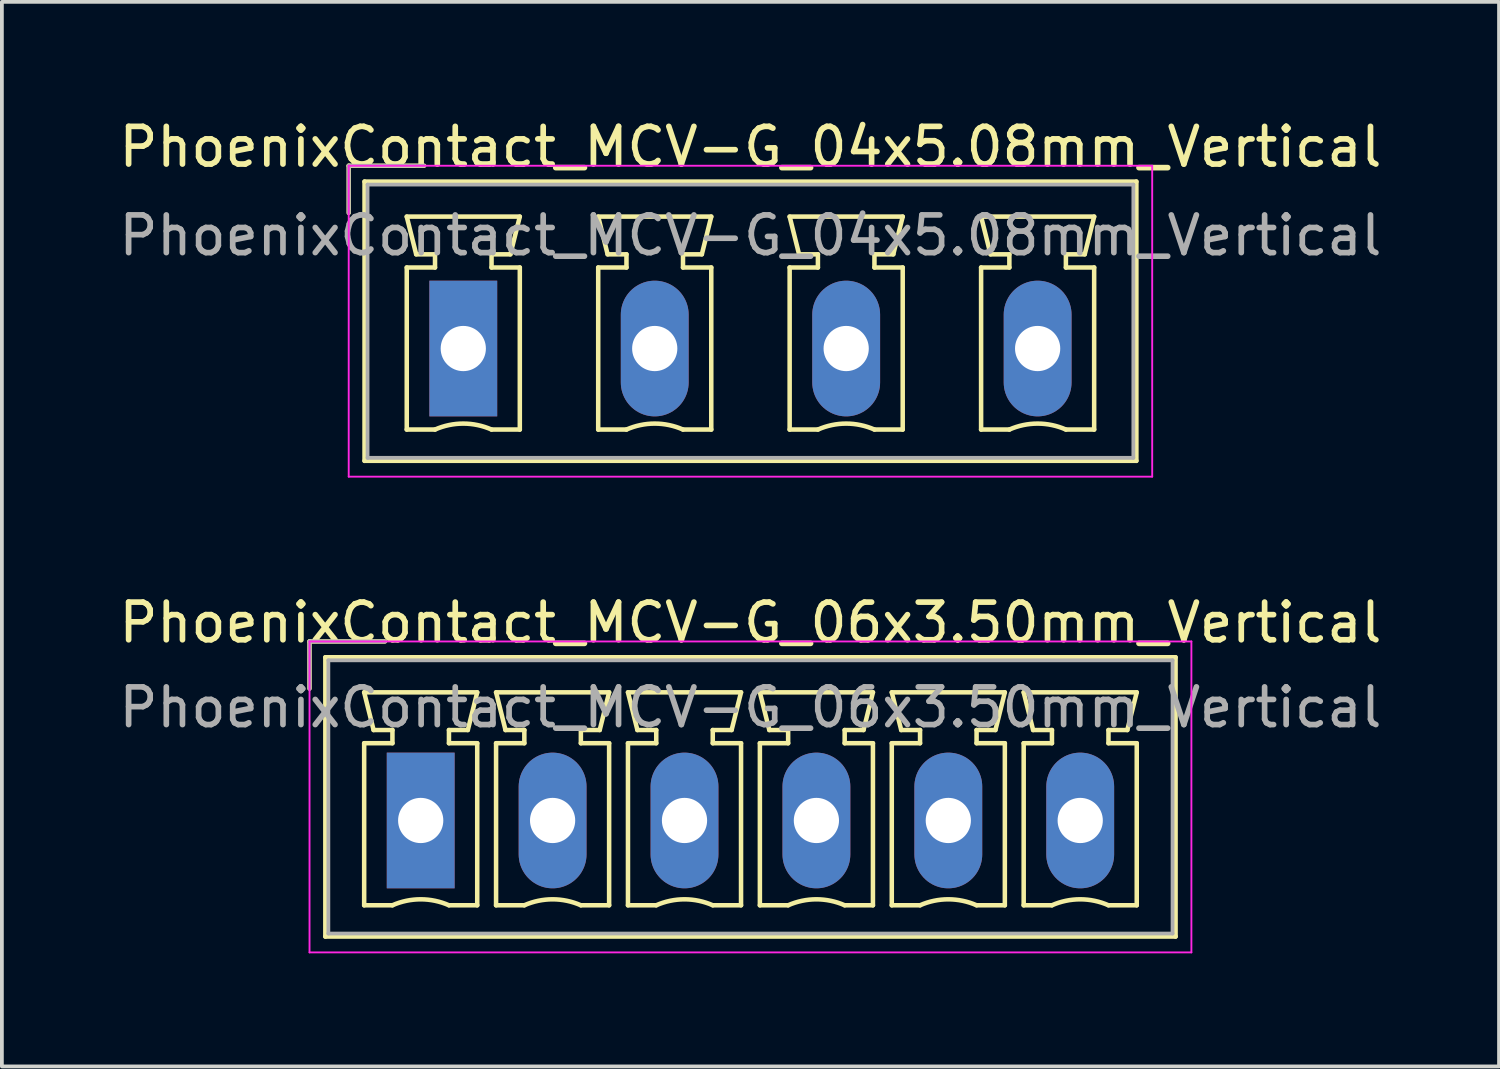
<source format=kicad_pcb>
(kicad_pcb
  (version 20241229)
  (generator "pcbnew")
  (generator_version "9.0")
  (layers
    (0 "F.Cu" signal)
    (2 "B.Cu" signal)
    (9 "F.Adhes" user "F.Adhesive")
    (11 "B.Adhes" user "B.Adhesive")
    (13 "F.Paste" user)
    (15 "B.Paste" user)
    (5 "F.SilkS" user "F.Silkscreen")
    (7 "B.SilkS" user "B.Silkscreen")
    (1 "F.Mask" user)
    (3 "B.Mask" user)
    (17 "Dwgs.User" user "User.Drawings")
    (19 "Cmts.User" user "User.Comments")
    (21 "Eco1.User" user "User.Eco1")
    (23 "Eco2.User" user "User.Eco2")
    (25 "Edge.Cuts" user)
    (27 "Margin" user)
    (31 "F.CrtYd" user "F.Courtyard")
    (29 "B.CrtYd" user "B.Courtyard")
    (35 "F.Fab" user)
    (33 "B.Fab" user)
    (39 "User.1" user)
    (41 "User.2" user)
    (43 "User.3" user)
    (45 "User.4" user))
  (footprint "PhoenixContact_MCV-G_04x5.08mm_Vertical"
    (layer "F.Cu")
    (at 9.243 6.198)
    (property "Reference" "PhoenixContact_MCV-G_04x5.08mm_Vertical" (at 7.62 -5.35 0) (layer "F.SilkS") (effects (font (size 1 1) (thickness 0.15))))
    (attr through_hole)
    (fp_line (start -3.04 -4.85) (end -1.04 -4.85) (stroke (width 0.12) (type solid)) (layer "F.SilkS"))
    (fp_line (start -3.04 -3.6) (end -3.04 -4.85) (stroke (width 0.12) (type solid)) (layer "F.SilkS"))
    (fp_line (start -2.62 -4.43) (end -2.62 2.98) (stroke (width 0.12) (type solid)) (layer "F.SilkS"))
    (fp_line (start -2.62 2.98) (end 17.86 2.98) (stroke (width 0.12) (type solid)) (layer "F.SilkS"))
    (fp_line (start -1.5 -3.5) (end 1.5 -3.5) (stroke (width 0.12) (type solid)) (layer "F.SilkS"))
    (fp_line (start -1.5 -2.15) (end -0.75 -2.15) (stroke (width 0.12) (type solid)) (layer "F.SilkS"))
    (fp_line (start -1.5 2.15) (end -1.5 -2.15) (stroke (width 0.12) (type solid)) (layer "F.SilkS"))
    (fp_line (start -1.25 -2.5) (end -1.5 -3.5) (stroke (width 0.12) (type solid)) (layer "F.SilkS"))
    (fp_line (start -0.75 -2.5) (end -1.25 -2.5) (stroke (width 0.12) (type solid)) (layer "F.SilkS"))
    (fp_line (start -0.75 -2.15) (end -0.75 -2.5) (stroke (width 0.12) (type solid)) (layer "F.SilkS"))
    (fp_line (start -0.75 2.15) (end -1.5 2.15) (stroke (width 0.12) (type solid)) (layer "F.SilkS"))
    (fp_line (start 0.75 -2.5) (end 0.75 -2.15) (stroke (width 0.12) (type solid)) (layer "F.SilkS"))
    (fp_line (start 0.75 -2.15) (end 1.5 -2.15) (stroke (width 0.12) (type solid)) (layer "F.SilkS"))
    (fp_line (start 1.25 -2.5) (end 0.75 -2.5) (stroke (width 0.12) (type solid)) (layer "F.SilkS"))
    (fp_line (start 1.5 -3.5) (end 1.25 -2.5) (stroke (width 0.12) (type solid)) (layer "F.SilkS"))
    (fp_line (start 1.5 -2.15) (end 1.5 2.15) (stroke (width 0.12) (type solid)) (layer "F.SilkS"))
    (fp_line (start 1.5 2.15) (end 0.75 2.15) (stroke (width 0.12) (type solid)) (layer "F.SilkS"))
    (fp_line (start 3.58 -3.5) (end 6.58 -3.5) (stroke (width 0.12) (type solid)) (layer "F.SilkS"))
    (fp_line (start 3.58 -2.15) (end 4.33 -2.15) (stroke (width 0.12) (type solid)) (layer "F.SilkS"))
    (fp_line (start 3.58 2.15) (end 3.58 -2.15) (stroke (width 0.12) (type solid)) (layer "F.SilkS"))
    (fp_line (start 3.83 -2.5) (end 3.58 -3.5) (stroke (width 0.12) (type solid)) (layer "F.SilkS"))
    (fp_line (start 4.33 -2.5) (end 3.83 -2.5) (stroke (width 0.12) (type solid)) (layer "F.SilkS"))
    (fp_line (start 4.33 -2.15) (end 4.33 -2.5) (stroke (width 0.12) (type solid)) (layer "F.SilkS"))
    (fp_line (start 4.33 2.15) (end 3.58 2.15) (stroke (width 0.12) (type solid)) (layer "F.SilkS"))
    (fp_line (start 5.83 -2.5) (end 5.83 -2.15) (stroke (width 0.12) (type solid)) (layer "F.SilkS"))
    (fp_line (start 5.83 -2.15) (end 6.58 -2.15) (stroke (width 0.12) (type solid)) (layer "F.SilkS"))
    (fp_line (start 6.33 -2.5) (end 5.83 -2.5) (stroke (width 0.12) (type solid)) (layer "F.SilkS"))
    (fp_line (start 6.58 -3.5) (end 6.33 -2.5) (stroke (width 0.12) (type solid)) (layer "F.SilkS"))
    (fp_line (start 6.58 -2.15) (end 6.58 2.15) (stroke (width 0.12) (type solid)) (layer "F.SilkS"))
    (fp_line (start 6.58 2.15) (end 5.83 2.15) (stroke (width 0.12) (type solid)) (layer "F.SilkS"))
    (fp_line (start 8.66 -3.5) (end 11.66 -3.5) (stroke (width 0.12) (type solid)) (layer "F.SilkS"))
    (fp_line (start 8.66 -2.15) (end 9.41 -2.15) (stroke (width 0.12) (type solid)) (layer "F.SilkS"))
    (fp_line (start 8.66 2.15) (end 8.66 -2.15) (stroke (width 0.12) (type solid)) (layer "F.SilkS"))
    (fp_line (start 8.91 -2.5) (end 8.66 -3.5) (stroke (width 0.12) (type solid)) (layer "F.SilkS"))
    (fp_line (start 9.41 -2.5) (end 8.91 -2.5) (stroke (width 0.12) (type solid)) (layer "F.SilkS"))
    (fp_line (start 9.41 -2.15) (end 9.41 -2.5) (stroke (width 0.12) (type solid)) (layer "F.SilkS"))
    (fp_line (start 9.41 2.15) (end 8.66 2.15) (stroke (width 0.12) (type solid)) (layer "F.SilkS"))
    (fp_line (start 10.91 -2.5) (end 10.91 -2.15) (stroke (width 0.12) (type solid)) (layer "F.SilkS"))
    (fp_line (start 10.91 -2.15) (end 11.66 -2.15) (stroke (width 0.12) (type solid)) (layer "F.SilkS"))
    (fp_line (start 11.41 -2.5) (end 10.91 -2.5) (stroke (width 0.12) (type solid)) (layer "F.SilkS"))
    (fp_line (start 11.66 -3.5) (end 11.41 -2.5) (stroke (width 0.12) (type solid)) (layer "F.SilkS"))
    (fp_line (start 11.66 -2.15) (end 11.66 2.15) (stroke (width 0.12) (type solid)) (layer "F.SilkS"))
    (fp_line (start 11.66 2.15) (end 10.91 2.15) (stroke (width 0.12) (type solid)) (layer "F.SilkS"))
    (fp_line (start 13.74 -3.5) (end 16.74 -3.5) (stroke (width 0.12) (type solid)) (layer "F.SilkS"))
    (fp_line (start 13.74 -2.15) (end 14.49 -2.15) (stroke (width 0.12) (type solid)) (layer "F.SilkS"))
    (fp_line (start 13.74 2.15) (end 13.74 -2.15) (stroke (width 0.12) (type solid)) (layer "F.SilkS"))
    (fp_line (start 13.99 -2.5) (end 13.74 -3.5) (stroke (width 0.12) (type solid)) (layer "F.SilkS"))
    (fp_line (start 14.49 -2.5) (end 13.99 -2.5) (stroke (width 0.12) (type solid)) (layer "F.SilkS"))
    (fp_line (start 14.49 -2.15) (end 14.49 -2.5) (stroke (width 0.12) (type solid)) (layer "F.SilkS"))
    (fp_line (start 14.49 2.15) (end 13.74 2.15) (stroke (width 0.12) (type solid)) (layer "F.SilkS"))
    (fp_line (start 15.99 -2.5) (end 15.99 -2.15) (stroke (width 0.12) (type solid)) (layer "F.SilkS"))
    (fp_line (start 15.99 -2.15) (end 16.74 -2.15) (stroke (width 0.12) (type solid)) (layer "F.SilkS"))
    (fp_line (start 16.49 -2.5) (end 15.99 -2.5) (stroke (width 0.12) (type solid)) (layer "F.SilkS"))
    (fp_line (start 16.74 -3.5) (end 16.49 -2.5) (stroke (width 0.12) (type solid)) (layer "F.SilkS"))
    (fp_line (start 16.74 -2.15) (end 16.74 2.15) (stroke (width 0.12) (type solid)) (layer "F.SilkS"))
    (fp_line (start 16.74 2.15) (end 15.99 2.15) (stroke (width 0.12) (type solid)) (layer "F.SilkS"))
    (fp_line (start 17.86 -4.43) (end -2.62 -4.43) (stroke (width 0.12) (type solid)) (layer "F.SilkS"))
    (fp_line (start 17.86 2.98) (end 17.86 -4.43) (stroke (width 0.12) (type solid)) (layer "F.SilkS"))
    (fp_arc (start -0.75 2.15) (mid -0.000193 1.99191) (end 0.749647 2.149844) (stroke (width 0.12) (type solid)) (layer "F.SilkS"))
    (fp_arc (start 4.33 2.15) (mid 5.079807 1.99191) (end 5.829647 2.149844) (stroke (width 0.12) (type solid)) (layer "F.SilkS"))
    (fp_arc (start 9.41 2.15) (mid 10.159807 1.99191) (end 10.909647 2.149844) (stroke (width 0.12) (type solid)) (layer "F.SilkS"))
    (fp_arc (start 14.49 2.15) (mid 15.239807 1.99191) (end 15.989647 2.149844) (stroke (width 0.12) (type solid)) (layer "F.SilkS"))
    (fp_line (start -3.04 -4.85) (end -3.04 3.4) (stroke (width 0.05) (type solid)) (layer "F.CrtYd"))
    (fp_line (start -3.04 3.4) (end 18.28 3.4) (stroke (width 0.05) (type solid)) (layer "F.CrtYd"))
    (fp_line (start 18.28 -4.85) (end -3.04 -4.85) (stroke (width 0.05) (type solid)) (layer "F.CrtYd"))
    (fp_line (start 18.28 3.4) (end 18.28 -4.85) (stroke (width 0.05) (type solid)) (layer "F.CrtYd"))
    (fp_line (start -3.04 -4.85) (end -1.04 -4.85) (stroke (width 0.1) (type solid)) (layer "F.Fab"))
    (fp_line (start -3.04 -3.6) (end -3.04 -4.85) (stroke (width 0.1) (type solid)) (layer "F.Fab"))
    (fp_line (start -2.54 -4.35) (end -2.54 2.9) (stroke (width 0.1) (type solid)) (layer "F.Fab"))
    (fp_line (start -2.54 2.9) (end 17.78 2.9) (stroke (width 0.1) (type solid)) (layer "F.Fab"))
    (fp_line (start 17.78 -4.35) (end -2.54 -4.35) (stroke (width 0.1) (type solid)) (layer "F.Fab"))
    (fp_line (start 17.78 2.9) (end 17.78 -4.35) (stroke (width 0.1) (type solid)) (layer "F.Fab"))
    (fp_text user "${REFERENCE}" (at 7.62 -3 0) (layer "F.Fab") (effects (font (size 1 1) (thickness 0.15))))
    (pad "1" thru_hole rect (at 0 0) (size 1.8 3.6) (drill 1.2) (layers "*.Cu" "*.Mask"))
    (pad "2" thru_hole oval (at 5.08 0) (size 1.8 3.6) (drill 1.2) (layers "*.Cu" "*.Mask"))
    (pad "3" thru_hole oval (at 10.16 0) (size 1.8 3.6) (drill 1.2) (layers "*.Cu" "*.Mask"))
    (pad "4" thru_hole oval (at 15.24 0) (size 1.8 3.6) (drill 1.2) (layers "*.Cu" "*.Mask")))
  (footprint "PhoenixContact_MCV-G_06x3.50mm_Vertical"
    (layer "F.Cu")
    (at 8.113 18.721)
    (property "Reference" "PhoenixContact_MCV-G_06x3.50mm_Vertical" (at 8.75 -5.25 0) (layer "F.SilkS") (effects (font (size 1 1) (thickness 0.15))))
    (attr through_hole)
    (fp_line (start -2.95 -4.75) (end -0.95 -4.75) (stroke (width 0.12) (type solid)) (layer "F.SilkS"))
    (fp_line (start -2.95 -3.5) (end -2.95 -4.75) (stroke (width 0.12) (type solid)) (layer "F.SilkS"))
    (fp_line (start -2.53 -4.33) (end -2.53 3.08) (stroke (width 0.12) (type solid)) (layer "F.SilkS"))
    (fp_line (start -2.53 3.08) (end 20.03 3.08) (stroke (width 0.12) (type solid)) (layer "F.SilkS"))
    (fp_line (start -1.5 -3.4) (end 1.5 -3.4) (stroke (width 0.12) (type solid)) (layer "F.SilkS"))
    (fp_line (start -1.5 -2.05) (end -0.75 -2.05) (stroke (width 0.12) (type solid)) (layer "F.SilkS"))
    (fp_line (start -1.5 2.25) (end -1.5 -2.05) (stroke (width 0.12) (type solid)) (layer "F.SilkS"))
    (fp_line (start -1.25 -2.4) (end -1.5 -3.4) (stroke (width 0.12) (type solid)) (layer "F.SilkS"))
    (fp_line (start -0.75 -2.4) (end -1.25 -2.4) (stroke (width 0.12) (type solid)) (layer "F.SilkS"))
    (fp_line (start -0.75 -2.05) (end -0.75 -2.4) (stroke (width 0.12) (type solid)) (layer "F.SilkS"))
    (fp_line (start -0.75 2.25) (end -1.5 2.25) (stroke (width 0.12) (type solid)) (layer "F.SilkS"))
    (fp_line (start 0.75 -2.4) (end 0.75 -2.05) (stroke (width 0.12) (type solid)) (layer "F.SilkS"))
    (fp_line (start 0.75 -2.05) (end 1.5 -2.05) (stroke (width 0.12) (type solid)) (layer "F.SilkS"))
    (fp_line (start 1.25 -2.4) (end 0.75 -2.4) (stroke (width 0.12) (type solid)) (layer "F.SilkS"))
    (fp_line (start 1.5 -3.4) (end 1.25 -2.4) (stroke (width 0.12) (type solid)) (layer "F.SilkS"))
    (fp_line (start 1.5 -2.05) (end 1.5 2.25) (stroke (width 0.12) (type solid)) (layer "F.SilkS"))
    (fp_line (start 1.5 2.25) (end 0.75 2.25) (stroke (width 0.12) (type solid)) (layer "F.SilkS"))
    (fp_line (start 2 -3.4) (end 5 -3.4) (stroke (width 0.12) (type solid)) (layer "F.SilkS"))
    (fp_line (start 2 -2.05) (end 2.75 -2.05) (stroke (width 0.12) (type solid)) (layer "F.SilkS"))
    (fp_line (start 2 2.25) (end 2 -2.05) (stroke (width 0.12) (type solid)) (layer "F.SilkS"))
    (fp_line (start 2.25 -2.4) (end 2 -3.4) (stroke (width 0.12) (type solid)) (layer "F.SilkS"))
    (fp_line (start 2.75 -2.4) (end 2.25 -2.4) (stroke (width 0.12) (type solid)) (layer "F.SilkS"))
    (fp_line (start 2.75 -2.05) (end 2.75 -2.4) (stroke (width 0.12) (type solid)) (layer "F.SilkS"))
    (fp_line (start 2.75 2.25) (end 2 2.25) (stroke (width 0.12) (type solid)) (layer "F.SilkS"))
    (fp_line (start 4.25 -2.4) (end 4.25 -2.05) (stroke (width 0.12) (type solid)) (layer "F.SilkS"))
    (fp_line (start 4.25 -2.05) (end 5 -2.05) (stroke (width 0.12) (type solid)) (layer "F.SilkS"))
    (fp_line (start 4.75 -2.4) (end 4.25 -2.4) (stroke (width 0.12) (type solid)) (layer "F.SilkS"))
    (fp_line (start 5 -3.4) (end 4.75 -2.4) (stroke (width 0.12) (type solid)) (layer "F.SilkS"))
    (fp_line (start 5 -2.05) (end 5 2.25) (stroke (width 0.12) (type solid)) (layer "F.SilkS"))
    (fp_line (start 5 2.25) (end 4.25 2.25) (stroke (width 0.12) (type solid)) (layer "F.SilkS"))
    (fp_line (start 5.5 -3.4) (end 8.5 -3.4) (stroke (width 0.12) (type solid)) (layer "F.SilkS"))
    (fp_line (start 5.5 -2.05) (end 6.25 -2.05) (stroke (width 0.12) (type solid)) (layer "F.SilkS"))
    (fp_line (start 5.5 2.25) (end 5.5 -2.05) (stroke (width 0.12) (type solid)) (layer "F.SilkS"))
    (fp_line (start 5.75 -2.4) (end 5.5 -3.4) (stroke (width 0.12) (type solid)) (layer "F.SilkS"))
    (fp_line (start 6.25 -2.4) (end 5.75 -2.4) (stroke (width 0.12) (type solid)) (layer "F.SilkS"))
    (fp_line (start 6.25 -2.05) (end 6.25 -2.4) (stroke (width 0.12) (type solid)) (layer "F.SilkS"))
    (fp_line (start 6.25 2.25) (end 5.5 2.25) (stroke (width 0.12) (type solid)) (layer "F.SilkS"))
    (fp_line (start 7.75 -2.4) (end 7.75 -2.05) (stroke (width 0.12) (type solid)) (layer "F.SilkS"))
    (fp_line (start 7.75 -2.05) (end 8.5 -2.05) (stroke (width 0.12) (type solid)) (layer "F.SilkS"))
    (fp_line (start 8.25 -2.4) (end 7.75 -2.4) (stroke (width 0.12) (type solid)) (layer "F.SilkS"))
    (fp_line (start 8.5 -3.4) (end 8.25 -2.4) (stroke (width 0.12) (type solid)) (layer "F.SilkS"))
    (fp_line (start 8.5 -2.05) (end 8.5 2.25) (stroke (width 0.12) (type solid)) (layer "F.SilkS"))
    (fp_line (start 8.5 2.25) (end 7.75 2.25) (stroke (width 0.12) (type solid)) (layer "F.SilkS"))
    (fp_line (start 9 -3.4) (end 12 -3.4) (stroke (width 0.12) (type solid)) (layer "F.SilkS"))
    (fp_line (start 9 -2.05) (end 9.75 -2.05) (stroke (width 0.12) (type solid)) (layer "F.SilkS"))
    (fp_line (start 9 2.25) (end 9 -2.05) (stroke (width 0.12) (type solid)) (layer "F.SilkS"))
    (fp_line (start 9.25 -2.4) (end 9 -3.4) (stroke (width 0.12) (type solid)) (layer "F.SilkS"))
    (fp_line (start 9.75 -2.4) (end 9.25 -2.4) (stroke (width 0.12) (type solid)) (layer "F.SilkS"))
    (fp_line (start 9.75 -2.05) (end 9.75 -2.4) (stroke (width 0.12) (type solid)) (layer "F.SilkS"))
    (fp_line (start 9.75 2.25) (end 9 2.25) (stroke (width 0.12) (type solid)) (layer "F.SilkS"))
    (fp_line (start 11.25 -2.4) (end 11.25 -2.05) (stroke (width 0.12) (type solid)) (layer "F.SilkS"))
    (fp_line (start 11.25 -2.05) (end 12 -2.05) (stroke (width 0.12) (type solid)) (layer "F.SilkS"))
    (fp_line (start 11.75 -2.4) (end 11.25 -2.4) (stroke (width 0.12) (type solid)) (layer "F.SilkS"))
    (fp_line (start 12 -3.4) (end 11.75 -2.4) (stroke (width 0.12) (type solid)) (layer "F.SilkS"))
    (fp_line (start 12 -2.05) (end 12 2.25) (stroke (width 0.12) (type solid)) (layer "F.SilkS"))
    (fp_line (start 12 2.25) (end 11.25 2.25) (stroke (width 0.12) (type solid)) (layer "F.SilkS"))
    (fp_line (start 12.5 -3.4) (end 15.5 -3.4) (stroke (width 0.12) (type solid)) (layer "F.SilkS"))
    (fp_line (start 12.5 -2.05) (end 13.25 -2.05) (stroke (width 0.12) (type solid)) (layer "F.SilkS"))
    (fp_line (start 12.5 2.25) (end 12.5 -2.05) (stroke (width 0.12) (type solid)) (layer "F.SilkS"))
    (fp_line (start 12.75 -2.4) (end 12.5 -3.4) (stroke (width 0.12) (type solid)) (layer "F.SilkS"))
    (fp_line (start 13.25 -2.4) (end 12.75 -2.4) (stroke (width 0.12) (type solid)) (layer "F.SilkS"))
    (fp_line (start 13.25 -2.05) (end 13.25 -2.4) (stroke (width 0.12) (type solid)) (layer "F.SilkS"))
    (fp_line (start 13.25 2.25) (end 12.5 2.25) (stroke (width 0.12) (type solid)) (layer "F.SilkS"))
    (fp_line (start 14.75 -2.4) (end 14.75 -2.05) (stroke (width 0.12) (type solid)) (layer "F.SilkS"))
    (fp_line (start 14.75 -2.05) (end 15.5 -2.05) (stroke (width 0.12) (type solid)) (layer "F.SilkS"))
    (fp_line (start 15.25 -2.4) (end 14.75 -2.4) (stroke (width 0.12) (type solid)) (layer "F.SilkS"))
    (fp_line (start 15.5 -3.4) (end 15.25 -2.4) (stroke (width 0.12) (type solid)) (layer "F.SilkS"))
    (fp_line (start 15.5 -2.05) (end 15.5 2.25) (stroke (width 0.12) (type solid)) (layer "F.SilkS"))
    (fp_line (start 15.5 2.25) (end 14.75 2.25) (stroke (width 0.12) (type solid)) (layer "F.SilkS"))
    (fp_line (start 16 -3.4) (end 19 -3.4) (stroke (width 0.12) (type solid)) (layer "F.SilkS"))
    (fp_line (start 16 -2.05) (end 16.75 -2.05) (stroke (width 0.12) (type solid)) (layer "F.SilkS"))
    (fp_line (start 16 2.25) (end 16 -2.05) (stroke (width 0.12) (type solid)) (layer "F.SilkS"))
    (fp_line (start 16.25 -2.4) (end 16 -3.4) (stroke (width 0.12) (type solid)) (layer "F.SilkS"))
    (fp_line (start 16.75 -2.4) (end 16.25 -2.4) (stroke (width 0.12) (type solid)) (layer "F.SilkS"))
    (fp_line (start 16.75 -2.05) (end 16.75 -2.4) (stroke (width 0.12) (type solid)) (layer "F.SilkS"))
    (fp_line (start 16.75 2.25) (end 16 2.25) (stroke (width 0.12) (type solid)) (layer "F.SilkS"))
    (fp_line (start 18.25 -2.4) (end 18.25 -2.05) (stroke (width 0.12) (type solid)) (layer "F.SilkS"))
    (fp_line (start 18.25 -2.05) (end 19 -2.05) (stroke (width 0.12) (type solid)) (layer "F.SilkS"))
    (fp_line (start 18.75 -2.4) (end 18.25 -2.4) (stroke (width 0.12) (type solid)) (layer "F.SilkS"))
    (fp_line (start 19 -3.4) (end 18.75 -2.4) (stroke (width 0.12) (type solid)) (layer "F.SilkS"))
    (fp_line (start 19 -2.05) (end 19 2.25) (stroke (width 0.12) (type solid)) (layer "F.SilkS"))
    (fp_line (start 19 2.25) (end 18.25 2.25) (stroke (width 0.12) (type solid)) (layer "F.SilkS"))
    (fp_line (start 20.03 -4.33) (end -2.53 -4.33) (stroke (width 0.12) (type solid)) (layer "F.SilkS"))
    (fp_line (start 20.03 3.08) (end 20.03 -4.33) (stroke (width 0.12) (type solid)) (layer "F.SilkS"))
    (fp_arc (start -0.75 2.25) (mid -0.000193 2.09191) (end 0.749647 2.249844) (stroke (width 0.12) (type solid)) (layer "F.SilkS"))
    (fp_arc (start 2.75 2.25) (mid 3.499807 2.09191) (end 4.249647 2.249844) (stroke (width 0.12) (type solid)) (layer "F.SilkS"))
    (fp_arc (start 6.25 2.25) (mid 6.999807 2.09191) (end 7.749647 2.249844) (stroke (width 0.12) (type solid)) (layer "F.SilkS"))
    (fp_arc (start 9.75 2.25) (mid 10.499807 2.09191) (end 11.249647 2.249844) (stroke (width 0.12) (type solid)) (layer "F.SilkS"))
    (fp_arc (start 13.25 2.25) (mid 13.999807 2.09191) (end 14.749647 2.249844) (stroke (width 0.12) (type solid)) (layer "F.SilkS"))
    (fp_arc (start 16.75 2.25) (mid 17.499807 2.09191) (end 18.249647 2.249844) (stroke (width 0.12) (type solid)) (layer "F.SilkS"))
    (fp_line (start -2.95 -4.75) (end -2.95 3.5) (stroke (width 0.05) (type solid)) (layer "F.CrtYd"))
    (fp_line (start -2.95 3.5) (end 20.45 3.5) (stroke (width 0.05) (type solid)) (layer "F.CrtYd"))
    (fp_line (start 20.45 -4.75) (end -2.95 -4.75) (stroke (width 0.05) (type solid)) (layer "F.CrtYd"))
    (fp_line (start 20.45 3.5) (end 20.45 -4.75) (stroke (width 0.05) (type solid)) (layer "F.CrtYd"))
    (fp_line (start -2.95 -4.75) (end -0.95 -4.75) (stroke (width 0.1) (type solid)) (layer "F.Fab"))
    (fp_line (start -2.95 -3.5) (end -2.95 -4.75) (stroke (width 0.1) (type solid)) (layer "F.Fab"))
    (fp_line (start -2.45 -4.25) (end -2.45 3) (stroke (width 0.1) (type solid)) (layer "F.Fab"))
    (fp_line (start -2.45 3) (end 19.95 3) (stroke (width 0.1) (type solid)) (layer "F.Fab"))
    (fp_line (start 19.95 -4.25) (end -2.45 -4.25) (stroke (width 0.1) (type solid)) (layer "F.Fab"))
    (fp_line (start 19.95 3) (end 19.95 -4.25) (stroke (width 0.1) (type solid)) (layer "F.Fab"))
    (fp_text user "${REFERENCE}" (at 8.75 -3 0) (layer "F.Fab") (effects (font (size 1 1) (thickness 0.15))))
    (pad "1" thru_hole rect (at 0 0) (size 1.8 3.6) (drill 1.2) (layers "*.Cu" "*.Mask"))
    (pad "2" thru_hole oval (at 3.5 0) (size 1.8 3.6) (drill 1.2) (layers "*.Cu" "*.Mask"))
    (pad "3" thru_hole oval (at 7 0) (size 1.8 3.6) (drill 1.2) (layers "*.Cu" "*.Mask"))
    (pad "4" thru_hole oval (at 10.5 0) (size 1.8 3.6) (drill 1.2) (layers "*.Cu" "*.Mask"))
    (pad "5" thru_hole oval (at 14 0) (size 1.8 3.6) (drill 1.2) (layers "*.Cu" "*.Mask"))
    (pad "6" thru_hole oval (at 17.5 0) (size 1.8 3.6) (drill 1.2) (layers "*.Cu" "*.Mask")))
  (gr_rect
    (start -3 -3)
    (end 36.726 25.247)
    (stroke (width 0.1) (type default))
    (fill no)
    (layer "Edge.Cuts")))
</source>
